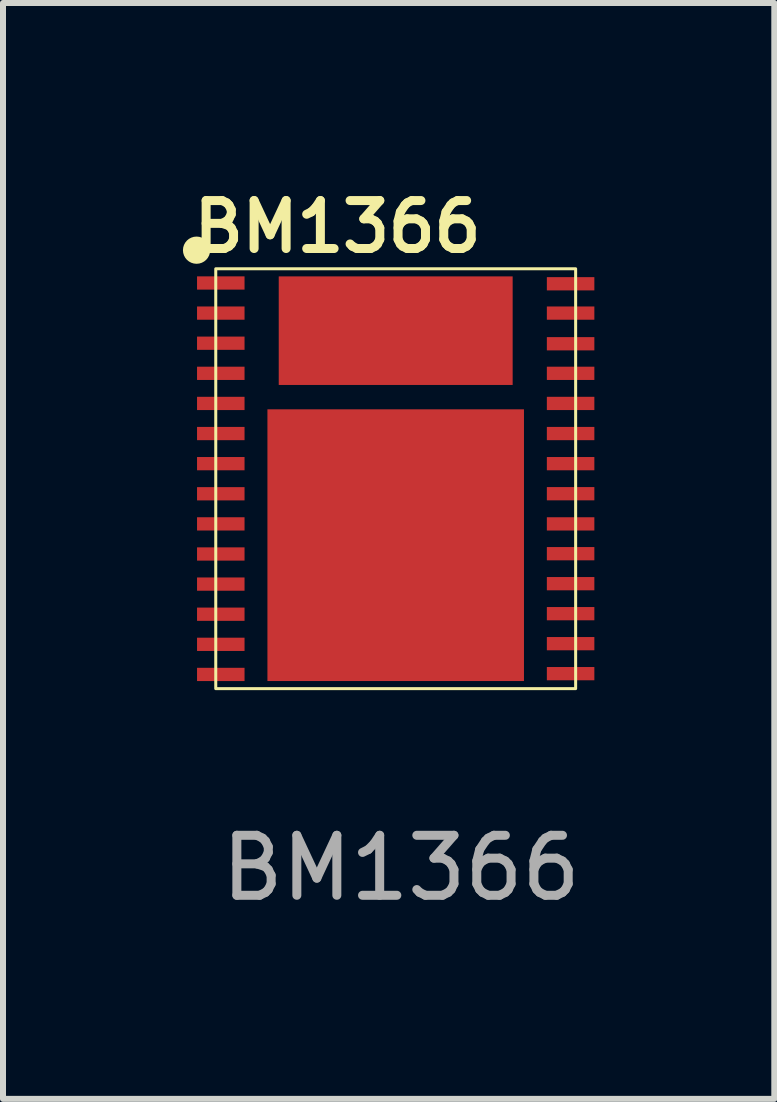
<source format=kicad_pcb>
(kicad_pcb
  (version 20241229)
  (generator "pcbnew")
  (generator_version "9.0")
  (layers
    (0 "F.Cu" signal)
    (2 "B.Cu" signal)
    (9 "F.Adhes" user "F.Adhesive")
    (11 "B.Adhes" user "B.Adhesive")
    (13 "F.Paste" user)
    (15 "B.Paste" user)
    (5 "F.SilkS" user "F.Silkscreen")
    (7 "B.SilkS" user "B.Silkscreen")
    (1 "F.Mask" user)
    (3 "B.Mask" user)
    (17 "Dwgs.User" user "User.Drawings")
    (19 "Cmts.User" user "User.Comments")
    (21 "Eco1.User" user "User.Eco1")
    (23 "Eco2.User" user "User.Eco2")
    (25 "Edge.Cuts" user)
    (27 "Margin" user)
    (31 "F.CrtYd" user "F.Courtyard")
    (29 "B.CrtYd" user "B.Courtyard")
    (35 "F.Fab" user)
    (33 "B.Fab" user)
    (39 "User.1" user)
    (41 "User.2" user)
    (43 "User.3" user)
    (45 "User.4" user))
  (footprint "BM1366"
    (layer "F.Cu")
    (at 3.547 4.931)
    (property "Reference" "BM1366" (at -0.97 -4.2 0) (unlocked yes) (layer "F.SilkS") (effects (font (size 0.8 0.8) (thickness 0.15))))
    (attr smd)
    (fp_rect (start -3 -3.5) (end 3 3.5) (stroke (width 0.05) (type default)) (fill no) (layer "F.SilkS"))
    (fp_circle (center -3.32 -3.81) (end -3.118 -3.81) (stroke (width 0.05) (type solid)) (fill yes) (layer "F.SilkS"))
    (fp_rect (start -1.63 -0.825) (end -0.43 -0.035) (stroke (width 0.001) (type solid)) (fill yes) (layer "F.Paste"))
    (fp_rect (start -1.63 2.205) (end -0.43 2.995) (stroke (width 0.001) (type solid)) (fill yes) (layer "F.Paste"))
    (fp_rect (start -1.61 0.765) (end -0.41 1.555) (stroke (width 0.001) (type solid)) (fill yes) (layer "F.Paste"))
    (fp_rect (start -1.58 -2.905) (end -0.38 -2.115) (stroke (width 0.001) (type solid)) (fill yes) (layer "F.Paste"))
    (fp_rect (start 0.5 -0.83) (end 1.7 -0.04) (stroke (width 0.001) (type solid)) (fill yes) (layer "F.Paste"))
    (fp_rect (start 0.5 2.2) (end 1.7 2.99) (stroke (width 0.001) (type solid)) (fill yes) (layer "F.Paste"))
    (fp_rect (start 0.52 0.76) (end 1.72 1.55) (stroke (width 0.001) (type solid)) (fill yes) (layer "F.Paste"))
    (fp_rect (start 0.55 -2.91) (end 1.75 -2.12) (stroke (width 0.001) (type solid)) (fill yes) (layer "F.Paste"))
    (fp_text user "${REFERENCE}" (at 0.09 6.49 0) (unlocked yes) (layer "F.Fab") (effects (font (size 1 1) (thickness 0.15))))
    (pad "1" smd rect (at -2.916 -3.263) (size 0.792 0.221) (layers "F.Cu" "F.Mask" "F.Paste"))
    (pad "2" smd rect (at -2.916 -2.761) (size 0.792 0.221) (layers "F.Cu" "F.Mask" "F.Paste"))
    (pad "3" smd rect (at -2.916 -2.259) (size 0.792 0.221) (layers "F.Cu" "F.Mask" "F.Paste"))
    (pad "4" smd rect (at -2.916 -1.757) (size 0.792 0.221) (layers "F.Cu" "F.Mask" "F.Paste"))
    (pad "5" smd rect (at -2.916 -1.255) (size 0.792 0.221) (layers "F.Cu" "F.Mask" "F.Paste"))
    (pad "6" smd rect (at -2.916 -0.753) (size 0.792 0.221) (layers "F.Cu" "F.Mask" "F.Paste"))
    (pad "7" smd rect (at -2.916 -0.251) (size 0.792 0.221) (layers "F.Cu" "F.Mask" "F.Paste"))
    (pad "8" smd rect (at -2.916 0.251) (size 0.792 0.221) (layers "F.Cu" "F.Mask" "F.Paste"))
    (pad "9" smd rect (at -2.916 0.753) (size 0.792 0.221) (layers "F.Cu" "F.Mask" "F.Paste"))
    (pad "10" smd rect (at -2.916 1.255) (size 0.792 0.221) (layers "F.Cu" "F.Mask" "F.Paste"))
    (pad "11" smd rect (at -2.916 1.757) (size 0.792 0.221) (layers "F.Cu" "F.Mask" "F.Paste"))
    (pad "12" smd rect (at -2.916 2.259) (size 0.792 0.221) (layers "F.Cu" "F.Mask" "F.Paste"))
    (pad "13" smd rect (at -2.916 2.761) (size 0.792 0.221) (layers "F.Cu" "F.Mask" "F.Paste"))
    (pad "14" smd rect (at -2.916 3.263) (size 0.792 0.221) (layers "F.Cu" "F.Mask" "F.Paste"))
    (pad "15" smd rect (at 2.916 3.25) (size 0.792 0.221) (layers "F.Cu" "F.Mask" "F.Paste"))
    (pad "16" smd rect (at 2.916 2.75) (size 0.792 0.221) (layers "F.Cu" "F.Mask" "F.Paste"))
    (pad "17" smd rect (at 2.916 2.25) (size 0.792 0.221) (layers "F.Cu" "F.Mask" "F.Paste"))
    (pad "18" smd rect (at 2.916 1.75) (size 0.792 0.221) (layers "F.Cu" "F.Mask" "F.Paste"))
    (pad "19" smd rect (at 2.916 1.25) (size 0.792 0.221) (layers "F.Cu" "F.Mask" "F.Paste"))
    (pad "20" smd rect (at 2.916 0.753) (size 0.792 0.221) (layers "F.Cu" "F.Mask" "F.Paste"))
    (pad "21" smd rect (at 2.916 0.25) (size 0.792 0.221) (layers "F.Cu" "F.Mask" "F.Paste"))
    (pad "22" smd rect (at 2.916 -0.251) (size 0.792 0.221) (layers "F.Cu" "F.Mask" "F.Paste"))
    (pad "23" smd rect (at 2.916 -0.753) (size 0.792 0.221) (layers "F.Cu" "F.Mask" "F.Paste"))
    (pad "24" smd rect (at 2.916 -1.255) (size 0.792 0.221) (layers "F.Cu" "F.Mask" "F.Paste"))
    (pad "25" smd rect (at 2.916 -1.757) (size 0.792 0.221) (layers "F.Cu" "F.Mask" "F.Paste"))
    (pad "26" smd rect (at 2.916 -2.25) (size 0.792 0.221) (layers "F.Cu" "F.Mask" "F.Paste"))
    (pad "27" smd rect (at 2.916 -2.761) (size 0.792 0.221) (layers "F.Cu" "F.Mask" "F.Paste"))
    (pad "28" smd rect (at 2.916 -3.25) (size 0.792 0.221) (layers "F.Cu" "F.Mask" "F.Paste"))
    (pad "29" smd rect (at 0 -2.468) (size 3.9 1.81) (layers "F.Cu" "F.Mask"))
    (pad "30" smd rect (at 0 1.108) (size 4.277 4.53) (layers "F.Cu" "F.Mask")))
  (gr_rect
    (start -3 -3)
    (end 9.859 15.27)
    (stroke (width 0.1) (type default))
    (fill no)
    (layer "Edge.Cuts")))
</source>
